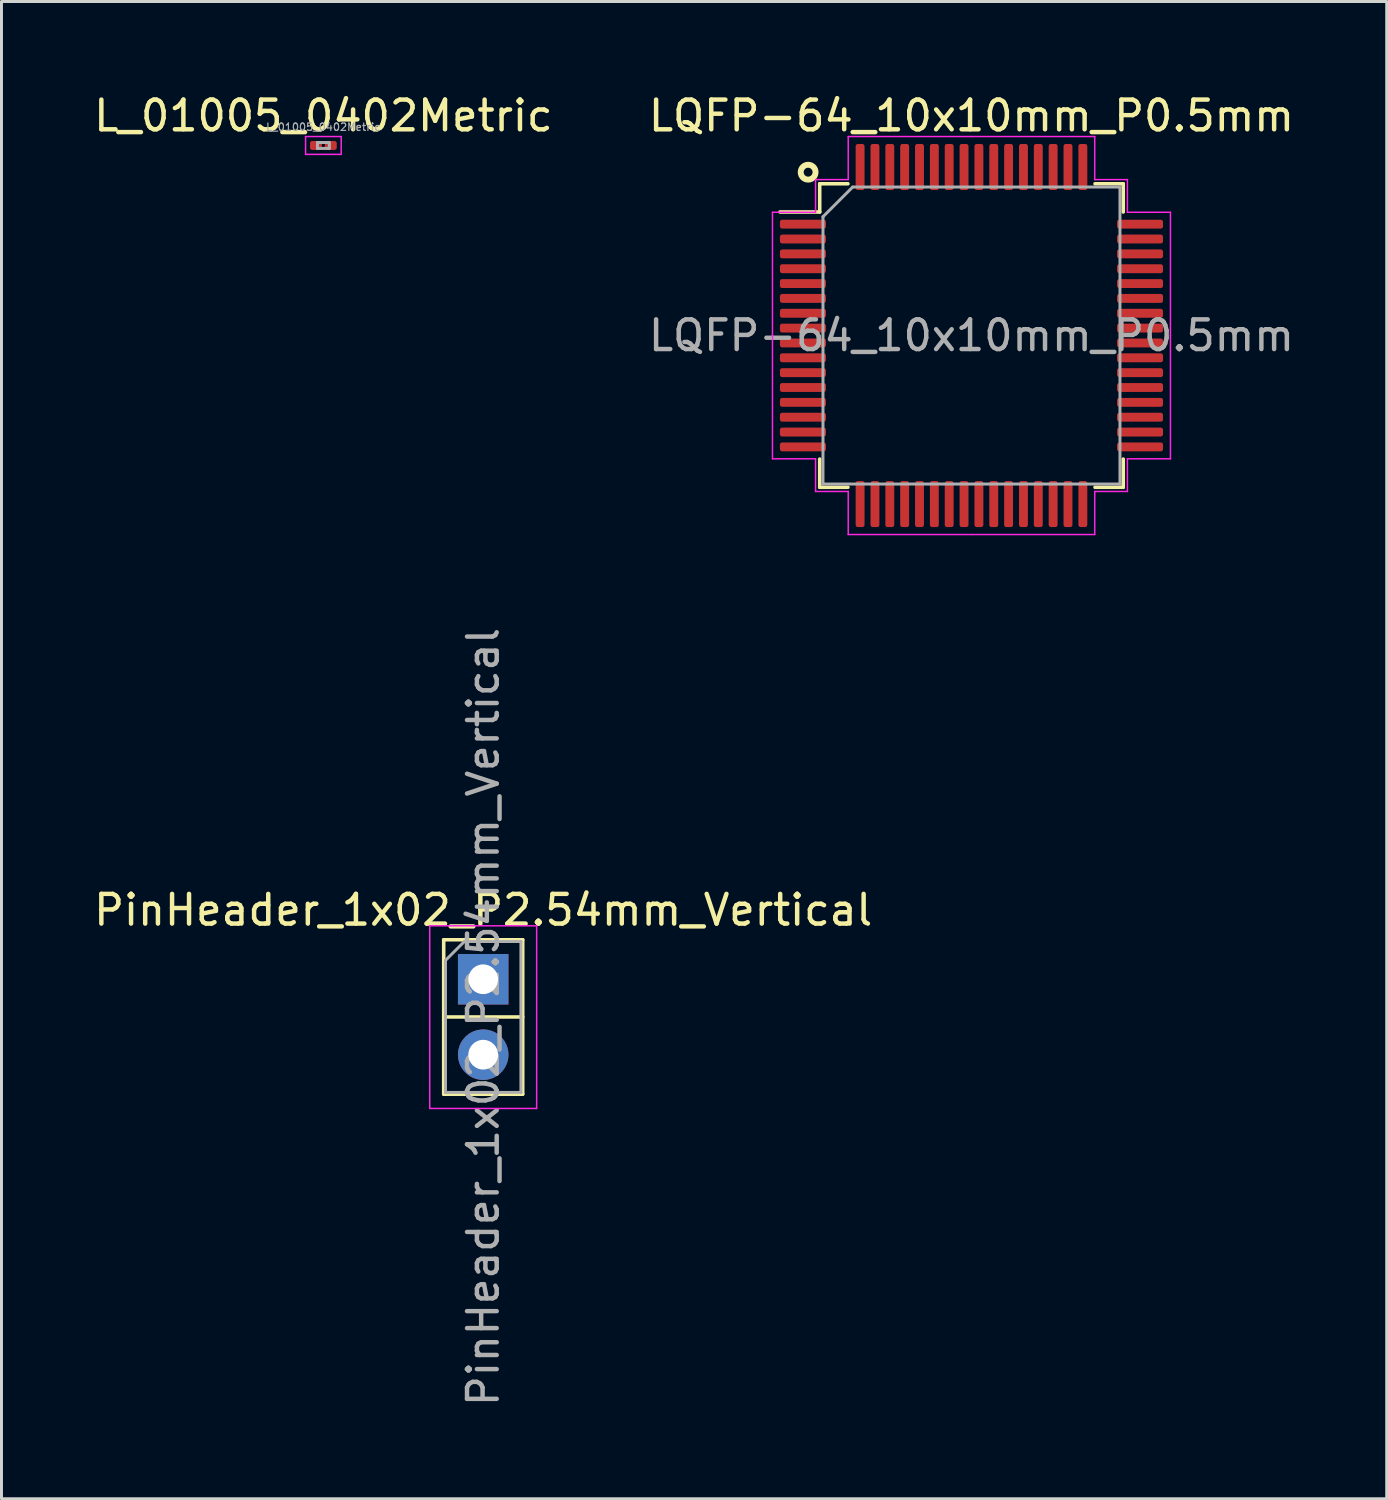
<source format=kicad_pcb>
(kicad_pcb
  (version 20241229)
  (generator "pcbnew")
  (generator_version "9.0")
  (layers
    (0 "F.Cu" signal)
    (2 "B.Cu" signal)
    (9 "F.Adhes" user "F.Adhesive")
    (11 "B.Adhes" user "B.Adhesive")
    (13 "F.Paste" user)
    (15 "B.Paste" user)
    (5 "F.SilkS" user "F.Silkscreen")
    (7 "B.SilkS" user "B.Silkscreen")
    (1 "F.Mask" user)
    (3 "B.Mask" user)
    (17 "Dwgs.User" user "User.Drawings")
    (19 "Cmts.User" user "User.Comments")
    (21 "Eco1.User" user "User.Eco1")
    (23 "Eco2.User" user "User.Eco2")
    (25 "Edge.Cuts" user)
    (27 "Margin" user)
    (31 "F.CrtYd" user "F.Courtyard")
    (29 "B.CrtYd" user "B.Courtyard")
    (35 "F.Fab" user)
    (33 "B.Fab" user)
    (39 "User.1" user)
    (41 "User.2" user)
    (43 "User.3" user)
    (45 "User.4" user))
  (footprint "PinHeader_1x02_P2.54mm_Vertical"
    (layer "F.Cu")
    (at 13.22 29.923)
    (property "Reference" "PinHeader_1x02_P2.54mm_Vertical" (at 0 -2.33 0) (layer "F.SilkS") (effects (font (size 1 1) (thickness 0.15))))
    (attr through_hole)
    (fp_line (start -1.33 -1.33) (end -1.33 3.87) (stroke (width 0.12) (type solid)) (layer "F.SilkS"))
    (fp_line (start -1.33 -1.33) (end 1.33 -1.33) (stroke (width 0.12) (type solid)) (layer "F.SilkS"))
    (fp_line (start -1.33 1.27) (end 1.33 1.27) (stroke (width 0.12) (type solid)) (layer "F.SilkS"))
    (fp_line (start -1.33 3.87) (end 1.33 3.87) (stroke (width 0.12) (type solid)) (layer "F.SilkS"))
    (fp_line (start 1.33 -1.33) (end 1.33 3.87) (stroke (width 0.12) (type solid)) (layer "F.SilkS"))
    (fp_line (start -1.8 -1.8) (end -1.8 4.35) (stroke (width 0.05) (type solid)) (layer "F.CrtYd"))
    (fp_line (start -1.8 4.35) (end 1.8 4.35) (stroke (width 0.05) (type solid)) (layer "F.CrtYd"))
    (fp_line (start 1.8 -1.8) (end -1.8 -1.8) (stroke (width 0.05) (type solid)) (layer "F.CrtYd"))
    (fp_line (start 1.8 4.35) (end 1.8 -1.8) (stroke (width 0.05) (type solid)) (layer "F.CrtYd"))
    (fp_line (start -1.27 -0.635) (end -0.635 -1.27) (stroke (width 0.1) (type solid)) (layer "F.Fab"))
    (fp_line (start -1.27 3.81) (end -1.27 -0.635) (stroke (width 0.1) (type solid)) (layer "F.Fab"))
    (fp_line (start -0.635 -1.27) (end 1.27 -1.27) (stroke (width 0.1) (type solid)) (layer "F.Fab"))
    (fp_line (start 1.27 -1.27) (end 1.27 3.81) (stroke (width 0.1) (type solid)) (layer "F.Fab"))
    (fp_line (start 1.27 3.81) (end -1.27 3.81) (stroke (width 0.1) (type solid)) (layer "F.Fab"))
    (fp_text user "${REFERENCE}" (at 0 1.27 90) (layer "F.Fab") (effects (font (size 1 1) (thickness 0.15))))
    (pad "1" thru_hole rect (at 0 0) (size 1.7 1.7) (drill 1) (layers "*.Cu" "*.Mask"))
    (pad "2" thru_hole oval (at 0 2.54) (size 1.7 1.7) (drill 1) (layers "*.Cu" "*.Mask")))
  (footprint "LQFP-64_10x10mm_P0.5mm"
    (layer "F.Cu")
    (at 29.661 8.248)
    (property "Reference" "LQFP-64_10x10mm_P0.5mm" (at 0 -7.4 0) (layer "F.SilkS") (effects (font (size 1 1) (thickness 0.15))))
    (attr smd)
    (fp_line (start -5.11 -5.11) (end -5.11 -4.16) (stroke (width 0.12) (type solid)) (layer "F.SilkS"))
    (fp_line (start -5.11 -4.16) (end -6.45 -4.16) (stroke (width 0.12) (type solid)) (layer "F.SilkS"))
    (fp_line (start -5.11 5.11) (end -5.11 4.16) (stroke (width 0.12) (type solid)) (layer "F.SilkS"))
    (fp_line (start -4.16 -5.11) (end -5.11 -5.11) (stroke (width 0.12) (type solid)) (layer "F.SilkS"))
    (fp_line (start -4.16 5.11) (end -5.11 5.11) (stroke (width 0.12) (type solid)) (layer "F.SilkS"))
    (fp_line (start 4.16 -5.11) (end 5.11 -5.11) (stroke (width 0.12) (type solid)) (layer "F.SilkS"))
    (fp_line (start 4.16 5.11) (end 5.11 5.11) (stroke (width 0.12) (type solid)) (layer "F.SilkS"))
    (fp_line (start 5.11 -5.11) (end 5.11 -4.16) (stroke (width 0.12) (type solid)) (layer "F.SilkS"))
    (fp_line (start 5.11 5.11) (end 5.11 4.16) (stroke (width 0.12) (type solid)) (layer "F.SilkS"))
    (fp_circle (center -5.5 -5.5) (end -5.25 -5.5) (stroke (width 0.2) (type solid)) (fill no) (layer "F.SilkS"))
    (fp_line (start -6.7 -4.15) (end -6.7 0) (stroke (width 0.05) (type solid)) (layer "F.CrtYd"))
    (fp_line (start -6.7 4.15) (end -6.7 0) (stroke (width 0.05) (type solid)) (layer "F.CrtYd"))
    (fp_line (start -5.25 -5.25) (end -5.25 -4.15) (stroke (width 0.05) (type solid)) (layer "F.CrtYd"))
    (fp_line (start -5.25 -4.15) (end -6.7 -4.15) (stroke (width 0.05) (type solid)) (layer "F.CrtYd"))
    (fp_line (start -5.25 4.15) (end -6.7 4.15) (stroke (width 0.05) (type solid)) (layer "F.CrtYd"))
    (fp_line (start -5.25 5.25) (end -5.25 4.15) (stroke (width 0.05) (type solid)) (layer "F.CrtYd"))
    (fp_line (start -4.15 -6.7) (end -4.15 -5.25) (stroke (width 0.05) (type solid)) (layer "F.CrtYd"))
    (fp_line (start -4.15 -5.25) (end -5.25 -5.25) (stroke (width 0.05) (type solid)) (layer "F.CrtYd"))
    (fp_line (start -4.15 5.25) (end -5.25 5.25) (stroke (width 0.05) (type solid)) (layer "F.CrtYd"))
    (fp_line (start -4.15 6.7) (end -4.15 5.25) (stroke (width 0.05) (type solid)) (layer "F.CrtYd"))
    (fp_line (start 0 -6.7) (end -4.15 -6.7) (stroke (width 0.05) (type solid)) (layer "F.CrtYd"))
    (fp_line (start 0 -6.7) (end 4.15 -6.7) (stroke (width 0.05) (type solid)) (layer "F.CrtYd"))
    (fp_line (start 0 6.7) (end -4.15 6.7) (stroke (width 0.05) (type solid)) (layer "F.CrtYd"))
    (fp_line (start 0 6.7) (end 4.15 6.7) (stroke (width 0.05) (type solid)) (layer "F.CrtYd"))
    (fp_line (start 4.15 -6.7) (end 4.15 -5.25) (stroke (width 0.05) (type solid)) (layer "F.CrtYd"))
    (fp_line (start 4.15 -5.25) (end 5.25 -5.25) (stroke (width 0.05) (type solid)) (layer "F.CrtYd"))
    (fp_line (start 4.15 5.25) (end 5.25 5.25) (stroke (width 0.05) (type solid)) (layer "F.CrtYd"))
    (fp_line (start 4.15 6.7) (end 4.15 5.25) (stroke (width 0.05) (type solid)) (layer "F.CrtYd"))
    (fp_line (start 5.25 -5.25) (end 5.25 -4.15) (stroke (width 0.05) (type solid)) (layer "F.CrtYd"))
    (fp_line (start 5.25 -4.15) (end 6.7 -4.15) (stroke (width 0.05) (type solid)) (layer "F.CrtYd"))
    (fp_line (start 5.25 4.15) (end 6.7 4.15) (stroke (width 0.05) (type solid)) (layer "F.CrtYd"))
    (fp_line (start 5.25 5.25) (end 5.25 4.15) (stroke (width 0.05) (type solid)) (layer "F.CrtYd"))
    (fp_line (start 6.7 -4.15) (end 6.7 0) (stroke (width 0.05) (type solid)) (layer "F.CrtYd"))
    (fp_line (start 6.7 4.15) (end 6.7 0) (stroke (width 0.05) (type solid)) (layer "F.CrtYd"))
    (fp_line (start -5 -4) (end -4 -5) (stroke (width 0.1) (type solid)) (layer "F.Fab"))
    (fp_line (start -5 5) (end -5 -4) (stroke (width 0.1) (type solid)) (layer "F.Fab"))
    (fp_line (start -4 -5) (end 5 -5) (stroke (width 0.1) (type solid)) (layer "F.Fab"))
    (fp_line (start 5 -5) (end 5 5) (stroke (width 0.1) (type solid)) (layer "F.Fab"))
    (fp_line (start 5 5) (end -5 5) (stroke (width 0.1) (type solid)) (layer "F.Fab"))
    (fp_text user "${REFERENCE}" (at 0 0 0) (layer "F.Fab") (effects (font (size 1 1) (thickness 0.15))))
    (pad "1" smd roundrect (at -5.675 -3.75) (size 1.55 0.3) (layers "F.Cu" "F.Mask" "F.Paste") (roundrect_rratio 0.25))
    (pad "2" smd roundrect (at -5.675 -3.25) (size 1.55 0.3) (layers "F.Cu" "F.Mask" "F.Paste") (roundrect_rratio 0.25))
    (pad "3" smd roundrect (at -5.675 -2.75) (size 1.55 0.3) (layers "F.Cu" "F.Mask" "F.Paste") (roundrect_rratio 0.25))
    (pad "4" smd roundrect (at -5.675 -2.25) (size 1.55 0.3) (layers "F.Cu" "F.Mask" "F.Paste") (roundrect_rratio 0.25))
    (pad "5" smd roundrect (at -5.675 -1.75) (size 1.55 0.3) (layers "F.Cu" "F.Mask" "F.Paste") (roundrect_rratio 0.25))
    (pad "6" smd roundrect (at -5.675 -1.25) (size 1.55 0.3) (layers "F.Cu" "F.Mask" "F.Paste") (roundrect_rratio 0.25))
    (pad "7" smd roundrect (at -5.675 -0.75) (size 1.55 0.3) (layers "F.Cu" "F.Mask" "F.Paste") (roundrect_rratio 0.25))
    (pad "8" smd roundrect (at -5.675 -0.25) (size 1.55 0.3) (layers "F.Cu" "F.Mask" "F.Paste") (roundrect_rratio 0.25))
    (pad "9" smd roundrect (at -5.675 0.25) (size 1.55 0.3) (layers "F.Cu" "F.Mask" "F.Paste") (roundrect_rratio 0.25))
    (pad "10" smd roundrect (at -5.675 0.75) (size 1.55 0.3) (layers "F.Cu" "F.Mask" "F.Paste") (roundrect_rratio 0.25))
    (pad "11" smd roundrect (at -5.675 1.25) (size 1.55 0.3) (layers "F.Cu" "F.Mask" "F.Paste") (roundrect_rratio 0.25))
    (pad "12" smd roundrect (at -5.675 1.75) (size 1.55 0.3) (layers "F.Cu" "F.Mask" "F.Paste") (roundrect_rratio 0.25))
    (pad "13" smd roundrect (at -5.675 2.25) (size 1.55 0.3) (layers "F.Cu" "F.Mask" "F.Paste") (roundrect_rratio 0.25))
    (pad "14" smd roundrect (at -5.675 2.75) (size 1.55 0.3) (layers "F.Cu" "F.Mask" "F.Paste") (roundrect_rratio 0.25))
    (pad "15" smd roundrect (at -5.675 3.25) (size 1.55 0.3) (layers "F.Cu" "F.Mask" "F.Paste") (roundrect_rratio 0.25))
    (pad "16" smd roundrect (at -5.675 3.75) (size 1.55 0.3) (layers "F.Cu" "F.Mask" "F.Paste") (roundrect_rratio 0.25))
    (pad "17" smd roundrect (at -3.75 5.675) (size 0.3 1.55) (layers "F.Cu" "F.Mask" "F.Paste") (roundrect_rratio 0.25))
    (pad "18" smd roundrect (at -3.25 5.675) (size 0.3 1.55) (layers "F.Cu" "F.Mask" "F.Paste") (roundrect_rratio 0.25))
    (pad "19" smd roundrect (at -2.75 5.675) (size 0.3 1.55) (layers "F.Cu" "F.Mask" "F.Paste") (roundrect_rratio 0.25))
    (pad "20" smd roundrect (at -2.25 5.675) (size 0.3 1.55) (layers "F.Cu" "F.Mask" "F.Paste") (roundrect_rratio 0.25))
    (pad "21" smd roundrect (at -1.75 5.675) (size 0.3 1.55) (layers "F.Cu" "F.Mask" "F.Paste") (roundrect_rratio 0.25))
    (pad "22" smd roundrect (at -1.25 5.675) (size 0.3 1.55) (layers "F.Cu" "F.Mask" "F.Paste") (roundrect_rratio 0.25))
    (pad "23" smd roundrect (at -0.75 5.675) (size 0.3 1.55) (layers "F.Cu" "F.Mask" "F.Paste") (roundrect_rratio 0.25))
    (pad "24" smd roundrect (at -0.25 5.675) (size 0.3 1.55) (layers "F.Cu" "F.Mask" "F.Paste") (roundrect_rratio 0.25))
    (pad "25" smd roundrect (at 0.25 5.675) (size 0.3 1.55) (layers "F.Cu" "F.Mask" "F.Paste") (roundrect_rratio 0.25))
    (pad "26" smd roundrect (at 0.75 5.675) (size 0.3 1.55) (layers "F.Cu" "F.Mask" "F.Paste") (roundrect_rratio 0.25))
    (pad "27" smd roundrect (at 1.25 5.675) (size 0.3 1.55) (layers "F.Cu" "F.Mask" "F.Paste") (roundrect_rratio 0.25))
    (pad "28" smd roundrect (at 1.75 5.675) (size 0.3 1.55) (layers "F.Cu" "F.Mask" "F.Paste") (roundrect_rratio 0.25))
    (pad "29" smd roundrect (at 2.25 5.675) (size 0.3 1.55) (layers "F.Cu" "F.Mask" "F.Paste") (roundrect_rratio 0.25))
    (pad "30" smd roundrect (at 2.75 5.675) (size 0.3 1.55) (layers "F.Cu" "F.Mask" "F.Paste") (roundrect_rratio 0.25))
    (pad "31" smd roundrect (at 3.25 5.675) (size 0.3 1.55) (layers "F.Cu" "F.Mask" "F.Paste") (roundrect_rratio 0.25))
    (pad "32" smd roundrect (at 3.75 5.675) (size 0.3 1.55) (layers "F.Cu" "F.Mask" "F.Paste") (roundrect_rratio 0.25))
    (pad "33" smd roundrect (at 5.675 3.75) (size 1.55 0.3) (layers "F.Cu" "F.Mask" "F.Paste") (roundrect_rratio 0.25))
    (pad "34" smd roundrect (at 5.675 3.25) (size 1.55 0.3) (layers "F.Cu" "F.Mask" "F.Paste") (roundrect_rratio 0.25))
    (pad "35" smd roundrect (at 5.675 2.75) (size 1.55 0.3) (layers "F.Cu" "F.Mask" "F.Paste") (roundrect_rratio 0.25))
    (pad "36" smd roundrect (at 5.675 2.25) (size 1.55 0.3) (layers "F.Cu" "F.Mask" "F.Paste") (roundrect_rratio 0.25))
    (pad "37" smd roundrect (at 5.675 1.75) (size 1.55 0.3) (layers "F.Cu" "F.Mask" "F.Paste") (roundrect_rratio 0.25))
    (pad "38" smd roundrect (at 5.675 1.25) (size 1.55 0.3) (layers "F.Cu" "F.Mask" "F.Paste") (roundrect_rratio 0.25))
    (pad "39" smd roundrect (at 5.675 0.75) (size 1.55 0.3) (layers "F.Cu" "F.Mask" "F.Paste") (roundrect_rratio 0.25))
    (pad "40" smd roundrect (at 5.675 0.25) (size 1.55 0.3) (layers "F.Cu" "F.Mask" "F.Paste") (roundrect_rratio 0.25))
    (pad "41" smd roundrect (at 5.675 -0.25) (size 1.55 0.3) (layers "F.Cu" "F.Mask" "F.Paste") (roundrect_rratio 0.25))
    (pad "42" smd roundrect (at 5.675 -0.75) (size 1.55 0.3) (layers "F.Cu" "F.Mask" "F.Paste") (roundrect_rratio 0.25))
    (pad "43" smd roundrect (at 5.675 -1.25) (size 1.55 0.3) (layers "F.Cu" "F.Mask" "F.Paste") (roundrect_rratio 0.25))
    (pad "44" smd roundrect (at 5.675 -1.75) (size 1.55 0.3) (layers "F.Cu" "F.Mask" "F.Paste") (roundrect_rratio 0.25))
    (pad "45" smd roundrect (at 5.675 -2.25) (size 1.55 0.3) (layers "F.Cu" "F.Mask" "F.Paste") (roundrect_rratio 0.25))
    (pad "46" smd roundrect (at 5.675 -2.75) (size 1.55 0.3) (layers "F.Cu" "F.Mask" "F.Paste") (roundrect_rratio 0.25))
    (pad "47" smd roundrect (at 5.675 -3.25) (size 1.55 0.3) (layers "F.Cu" "F.Mask" "F.Paste") (roundrect_rratio 0.25))
    (pad "48" smd roundrect (at 5.675 -3.75) (size 1.55 0.3) (layers "F.Cu" "F.Mask" "F.Paste") (roundrect_rratio 0.25))
    (pad "49" smd roundrect (at 3.75 -5.675) (size 0.3 1.55) (layers "F.Cu" "F.Mask" "F.Paste") (roundrect_rratio 0.25))
    (pad "50" smd roundrect (at 3.25 -5.675) (size 0.3 1.55) (layers "F.Cu" "F.Mask" "F.Paste") (roundrect_rratio 0.25))
    (pad "51" smd roundrect (at 2.75 -5.675) (size 0.3 1.55) (layers "F.Cu" "F.Mask" "F.Paste") (roundrect_rratio 0.25))
    (pad "52" smd roundrect (at 2.25 -5.675) (size 0.3 1.55) (layers "F.Cu" "F.Mask" "F.Paste") (roundrect_rratio 0.25))
    (pad "53" smd roundrect (at 1.75 -5.675) (size 0.3 1.55) (layers "F.Cu" "F.Mask" "F.Paste") (roundrect_rratio 0.25))
    (pad "54" smd roundrect (at 1.25 -5.675) (size 0.3 1.55) (layers "F.Cu" "F.Mask" "F.Paste") (roundrect_rratio 0.25))
    (pad "55" smd roundrect (at 0.75 -5.675) (size 0.3 1.55) (layers "F.Cu" "F.Mask" "F.Paste") (roundrect_rratio 0.25))
    (pad "56" smd roundrect (at 0.25 -5.675) (size 0.3 1.55) (layers "F.Cu" "F.Mask" "F.Paste") (roundrect_rratio 0.25))
    (pad "57" smd roundrect (at -0.25 -5.675) (size 0.3 1.55) (layers "F.Cu" "F.Mask" "F.Paste") (roundrect_rratio 0.25))
    (pad "58" smd roundrect (at -0.75 -5.675) (size 0.3 1.55) (layers "F.Cu" "F.Mask" "F.Paste") (roundrect_rratio 0.25))
    (pad "59" smd roundrect (at -1.25 -5.675) (size 0.3 1.55) (layers "F.Cu" "F.Mask" "F.Paste") (roundrect_rratio 0.25))
    (pad "60" smd roundrect (at -1.75 -5.675) (size 0.3 1.55) (layers "F.Cu" "F.Mask" "F.Paste") (roundrect_rratio 0.25))
    (pad "61" smd roundrect (at -2.25 -5.675) (size 0.3 1.55) (layers "F.Cu" "F.Mask" "F.Paste") (roundrect_rratio 0.25))
    (pad "62" smd roundrect (at -2.75 -5.675) (size 0.3 1.55) (layers "F.Cu" "F.Mask" "F.Paste") (roundrect_rratio 0.25))
    (pad "63" smd roundrect (at -3.25 -5.675) (size 0.3 1.55) (layers "F.Cu" "F.Mask" "F.Paste") (roundrect_rratio 0.25))
    (pad "64" smd roundrect (at -3.75 -5.675) (size 0.3 1.55) (layers "F.Cu" "F.Mask" "F.Paste") (roundrect_rratio 0.25)))
  (footprint "L_01005_0402Metric"
    (layer "F.Cu")
    (at 7.839 1.848)
    (property "Reference" "L_01005_0402Metric" (at 0 -1 0) (layer "F.SilkS") (effects (font (size 1 1) (thickness 0.15))))
    (attr smd)
    (fp_line (start -0.6 -0.3) (end 0.6 -0.3) (stroke (width 0.05) (type solid)) (layer "F.CrtYd"))
    (fp_line (start -0.6 0.3) (end -0.6 -0.3) (stroke (width 0.05) (type solid)) (layer "F.CrtYd"))
    (fp_line (start 0.6 -0.3) (end 0.6 0.3) (stroke (width 0.05) (type solid)) (layer "F.CrtYd"))
    (fp_line (start 0.6 0.3) (end -0.6 0.3) (stroke (width 0.05) (type solid)) (layer "F.CrtYd"))
    (fp_line (start -0.2 -0.1) (end 0.2 -0.1) (stroke (width 0.1) (type solid)) (layer "F.Fab"))
    (fp_line (start -0.2 0.1) (end -0.2 -0.1) (stroke (width 0.1) (type solid)) (layer "F.Fab"))
    (fp_line (start 0.2 -0.1) (end 0.2 0.1) (stroke (width 0.1) (type solid)) (layer "F.Fab"))
    (fp_line (start 0.2 0.1) (end -0.2 0.1) (stroke (width 0.1) (type solid)) (layer "F.Fab"))
    (fp_text user "${REFERENCE}" (at 0 -0.62 0) (layer "F.Fab") (effects (font (size 0.25 0.25) (thickness 0.04))))
    (pad "" smd roundrect (at -0.275 0) (size 0.27 0.27) (layers "F.Paste") (roundrect_rratio 0.25))
    (pad "" smd roundrect (at 0.275 0) (size 0.27 0.27) (layers "F.Paste") (roundrect_rratio 0.25))
    (pad "1" smd roundrect (at -0.25 0) (size 0.4 0.3) (layers "F.Cu" "F.Mask") (roundrect_rratio 0.25))
    (pad "2" smd roundrect (at 0.25 0) (size 0.4 0.3) (layers "F.Cu" "F.Mask") (roundrect_rratio 0.25)))
  (gr_rect
    (start -3 -3)
    (end 43.643 47.414)
    (stroke (width 0.1) (type default))
    (fill no)
    (layer "Edge.Cuts")))
</source>
